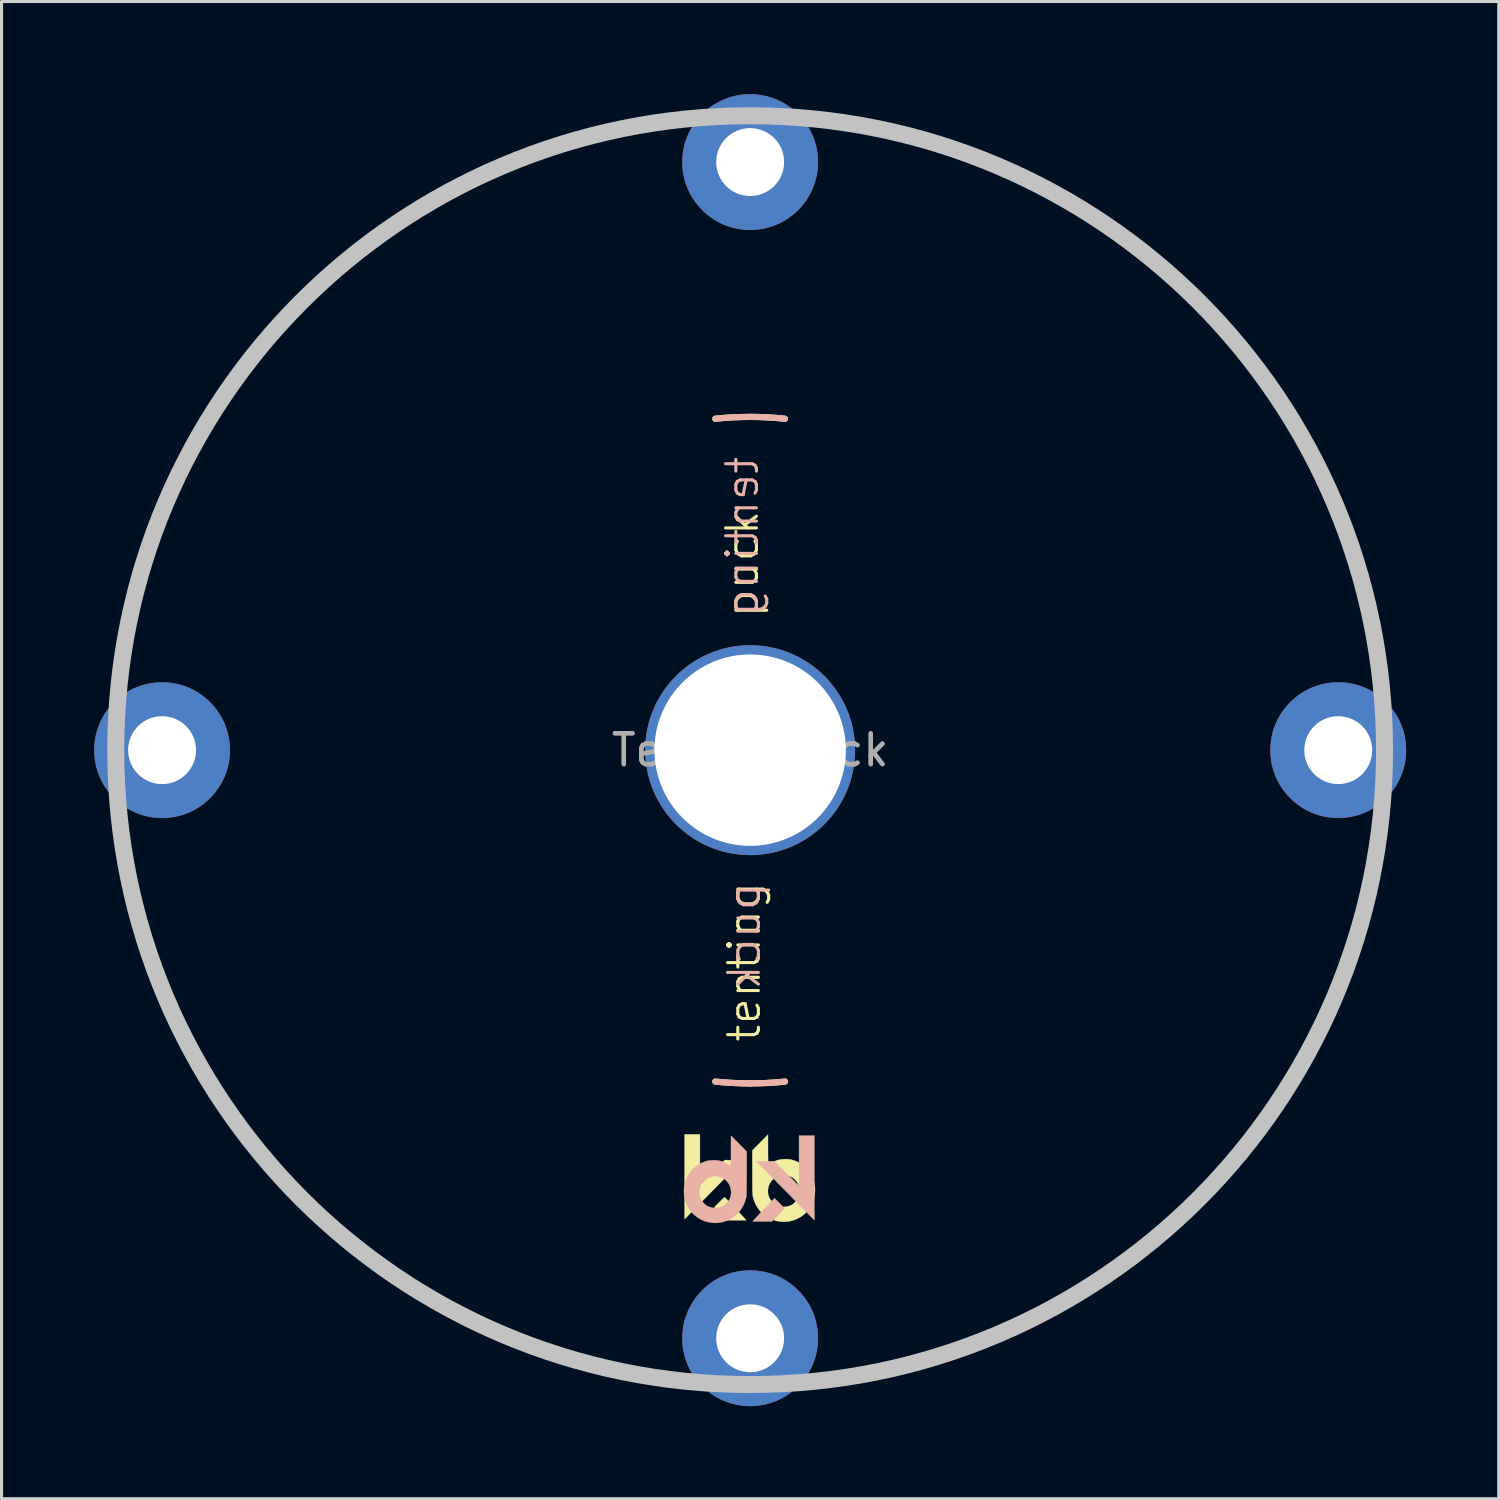
<source format=kicad_pcb>
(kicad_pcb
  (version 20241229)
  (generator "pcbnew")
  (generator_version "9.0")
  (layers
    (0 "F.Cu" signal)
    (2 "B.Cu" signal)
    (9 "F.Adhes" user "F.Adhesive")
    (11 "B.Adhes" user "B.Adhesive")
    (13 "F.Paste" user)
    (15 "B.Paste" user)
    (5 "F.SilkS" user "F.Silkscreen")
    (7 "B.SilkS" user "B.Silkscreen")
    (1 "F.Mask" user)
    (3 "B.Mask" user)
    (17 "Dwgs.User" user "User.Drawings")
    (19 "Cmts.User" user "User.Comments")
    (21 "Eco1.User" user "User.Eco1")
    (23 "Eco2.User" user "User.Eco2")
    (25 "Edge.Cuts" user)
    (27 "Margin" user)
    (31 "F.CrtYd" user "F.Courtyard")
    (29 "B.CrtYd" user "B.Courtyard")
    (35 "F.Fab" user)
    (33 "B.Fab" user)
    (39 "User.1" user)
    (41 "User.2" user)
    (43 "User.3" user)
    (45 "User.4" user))
  (footprint "TentingPuck"
    (layer "F.Cu")
    (at 21.25 21.25)
    (property "Reference" "TentingPuck" (at 0 0 0) (layer "F.Fab") (effects (font (size 1 1) (thickness 0.15))))
    (attr exclude_from_pos_files exclude_from_bom)
    (fp_arc (start -20.32 -2.8575) (mid -19.91151 -4.959786) (end -19.286134 -7.008048) (stroke (width 0.2) (type solid)) (layer "F.SilkS"))
    (fp_arc (start -19.286134 7.008047) (mid -19.91151 4.959786) (end -20.32 2.8575) (stroke (width 0.2) (type solid)) (layer "F.SilkS"))
    (fp_arc (start -7.008048 -19.286134) (mid -4.959786 -19.91151) (end -2.8575 -20.32) (stroke (width 0.2) (type solid)) (layer "F.SilkS"))
    (fp_arc (start -2.8575 20.32) (mid -4.959785 19.91151) (end -7.008046 19.286135) (stroke (width 0.2) (type solid)) (layer "F.SilkS"))
    (fp_arc (start -1.128385 -10.735864) (mid -0.564967 -10.780206) (end 0 -10.795) (stroke (width 0.2) (type solid)) (layer "F.SilkS"))
    (fp_arc (start 0 -10.795) (mid 0.564967 -10.780206) (end 1.128385 -10.735864) (stroke (width 0.2) (type solid)) (layer "F.SilkS"))
    (fp_arc (start 0 10.795) (mid -0.564967 10.780206) (end -1.128385 10.735864) (stroke (width 0.2) (type solid)) (layer "F.SilkS"))
    (fp_arc (start 1.128385 10.735864) (mid 0.564967 10.780206) (end 0 10.795) (stroke (width 0.2) (type solid)) (layer "F.SilkS"))
    (fp_arc (start 2.8575 -20.32) (mid 4.959786 -19.91151) (end 7.008047 -19.286134) (stroke (width 0.2) (type solid)) (layer "F.SilkS"))
    (fp_arc (start 7.008047 19.286134) (mid 4.959786 19.91151) (end 2.8575 20.32) (stroke (width 0.2) (type solid)) (layer "F.SilkS"))
    (fp_arc (start 19.286135 -7.008045) (mid 19.91151 -4.959785) (end 20.32 -2.8575) (stroke (width 0.2) (type solid)) (layer "F.SilkS"))
    (fp_arc (start 20.32 2.8575) (mid 19.91151 4.959785) (end 19.286135 7.008046) (stroke (width 0.2) (type solid)) (layer "F.SilkS"))
    (fp_poly (pts (xy -1.627 14.082) (xy -0.824 13.279) (xy -0.535 13.282) (xy -0.247 13.285) (xy -1.094 14.145) (xy -1.212 14.265) (xy -1.327 14.382) (xy -1.437 14.494) (xy -1.542 14.6) (xy -1.64 14.7) (xy -1.731 14.791) (xy -1.811 14.874) (xy -1.882 14.945) (xy -1.941 15.005) (xy -1.987 15.052) (xy -2.019 15.084) (xy -2.032 15.098) (xy -2.123 15.19) (xy -2.123 12.448) (xy -1.627 12.448) (xy -1.627 14.082)) (stroke (width 0.01) (type solid)) (fill yes) (layer "F.SilkS"))
    (fp_poly (pts (xy -0.82 14.488) (xy -0.797 14.511) (xy -0.763 14.547) (xy -0.719 14.593) (xy -0.666 14.647) (xy -0.609 14.708) (xy -0.547 14.773) (xy -0.483 14.841) (xy -0.42 14.908) (xy -0.359 14.973) (xy -0.302 15.034) (xy -0.251 15.089) (xy -0.208 15.135) (xy -0.175 15.171) (xy -0.154 15.194) (xy -0.152 15.197) (xy -0.124 15.231) (xy -0.744 15.231) (xy -0.917 15.055) (xy -0.971 15) (xy -1.021 14.948) (xy -1.065 14.903) (xy -1.099 14.868) (xy -1.121 14.844) (xy -1.124 14.841) (xy -1.158 14.803) (xy -0.997 14.642) (xy -0.948 14.592) (xy -0.903 14.549) (xy -0.867 14.514) (xy -0.842 14.491) (xy -0.829 14.48) (xy -0.829 14.48) (xy -0.82 14.488)) (stroke (width 0.01) (type solid)) (fill yes) (layer "F.SilkS"))
    (fp_poly (pts (xy 0.578 12.948) (xy 0.578 13.052) (xy 0.579 13.149) (xy 0.58 13.236) (xy 0.581 13.31) (xy 0.582 13.37) (xy 0.583 13.413) (xy 0.585 13.437) (xy 0.586 13.441) (xy 0.598 13.435) (xy 0.623 13.419) (xy 0.647 13.401) (xy 0.762 13.331) (xy 0.884 13.282) (xy 1.014 13.254) (xy 1.153 13.247) (xy 1.171 13.248) (xy 1.261 13.255) (xy 1.337 13.267) (xy 1.409 13.286) (xy 1.484 13.315) (xy 1.554 13.348) (xy 1.682 13.423) (xy 1.795 13.515) (xy 1.892 13.622) (xy 1.972 13.743) (xy 2.033 13.874) (xy 2.076 14.016) (xy 2.099 14.167) (xy 2.102 14.256) (xy 2.092 14.409) (xy 2.061 14.553) (xy 2.008 14.693) (xy 1.95 14.8) (xy 1.865 14.92) (xy 1.763 15.025) (xy 1.648 15.113) (xy 1.521 15.184) (xy 1.385 15.236) (xy 1.241 15.268) (xy 1.093 15.279) (xy 0.993 15.275) (xy 0.848 15.25) (xy 0.707 15.204) (xy 0.574 15.138) (xy 0.452 15.054) (xy 0.343 14.954) (xy 0.335 14.944) (xy 0.254 14.84) (xy 0.184 14.722) (xy 0.129 14.596) (xy 0.092 14.469) (xy 0.083 14.423) (xy 0.08 14.394) (xy 0.078 14.344) (xy 0.076 14.294) (xy 0.573 14.294) (xy 0.583 14.391) (xy 0.614 14.485) (xy 0.642 14.539) (xy 0.709 14.628) (xy 0.789 14.699) (xy 0.878 14.751) (xy 0.975 14.784) (xy 1.076 14.797) (xy 1.18 14.789) (xy 1.253 14.769) (xy 1.296 14.753) (xy 1.337 14.736) (xy 1.353 14.728) (xy 1.398 14.697) (xy 1.448 14.651) (xy 1.496 14.595) (xy 1.537 14.537) (xy 1.559 14.498) (xy 1.579 14.454) (xy 1.591 14.415) (xy 1.599 14.373) (xy 1.603 14.318) (xy 1.603 14.313) (xy 1.6 14.205) (xy 1.577 14.107) (xy 1.534 14.014) (xy 1.516 13.985) (xy 1.451 13.908) (xy 1.372 13.845) (xy 1.283 13.8) (xy 1.186 13.772) (xy 1.085 13.763) (xy 0.984 13.773) (xy 0.885 13.803) (xy 0.871 13.81) (xy 0.783 13.863) (xy 0.709 13.931) (xy 0.65 14.011) (xy 0.607 14.101) (xy 0.581 14.196) (xy 0.573 14.294) (xy 0.076 14.294) (xy 0.076 14.274) (xy 0.074 14.185) (xy 0.072 14.078) (xy 0.071 13.955) (xy 0.071 13.818) (xy 0.071 13.668) (xy 0.071 13.656) (xy 0.07 12.964) (xy 0.578 12.454) (xy 0.578 12.948)) (stroke (width 0.01) (type solid)) (fill yes) (layer "F.SilkS"))
    (fp_arc (start -20.32 -2.8575) (mid -19.91151 -4.959784) (end -19.286136 -7.008044) (stroke (width 0.2) (type solid)) (layer "B.SilkS"))
    (fp_arc (start -19.286135 7.008046) (mid -19.91151 4.959785) (end -20.32 2.8575) (stroke (width 0.2) (type solid)) (layer "B.SilkS"))
    (fp_arc (start -7.008046 -19.286135) (mid -4.959785 -19.91151) (end -2.8575 -20.32) (stroke (width 0.2) (type solid)) (layer "B.SilkS"))
    (fp_arc (start -2.8575 20.32) (mid -4.959785 19.91151) (end -7.008045 19.286135) (stroke (width 0.2) (type solid)) (layer "B.SilkS"))
    (fp_arc (start -1.128385 -10.735864) (mid -0.564967 -10.780206) (end 0 -10.795) (stroke (width 0.2) (type solid)) (layer "B.SilkS"))
    (fp_arc (start 0 -10.795) (mid 0.564967 -10.780206) (end 1.128385 -10.735864) (stroke (width 0.2) (type solid)) (layer "B.SilkS"))
    (fp_arc (start 0 10.795) (mid -0.564967 10.780206) (end -1.128385 10.735864) (stroke (width 0.2) (type solid)) (layer "B.SilkS"))
    (fp_arc (start 1.128385 10.735864) (mid 0.564967 10.780206) (end 0 10.795) (stroke (width 0.2) (type solid)) (layer "B.SilkS"))
    (fp_arc (start 2.8575 -20.32) (mid 4.959787 -19.91151) (end 7.008049 -19.286134) (stroke (width 0.2) (type solid)) (layer "B.SilkS"))
    (fp_arc (start 7.008045 19.286135) (mid 4.959785 19.91151) (end 2.8575 20.32) (stroke (width 0.2) (type solid)) (layer "B.SilkS"))
    (fp_arc (start 19.286134 -7.008048) (mid 19.91151 -4.959786) (end 20.32 -2.8575) (stroke (width 0.2) (type solid)) (layer "B.SilkS"))
    (fp_arc (start 20.32 2.8575) (mid 19.91151 4.959786) (end 19.286134 7.008048) (stroke (width 0.2) (type solid)) (layer "B.SilkS"))
    (fp_poly (pts (xy 1.584 14.118) (xy 0.782 13.315) (xy 0.493 13.318) (xy 0.205 13.322) (xy 1.052 14.182) (xy 1.17 14.301) (xy 1.285 14.418) (xy 1.395 14.53) (xy 1.5 14.637) (xy 1.598 14.736) (xy 1.688 14.828) (xy 1.769 14.91) (xy 1.84 14.981) (xy 1.899 15.041) (xy 1.944 15.088) (xy 1.976 15.12) (xy 1.99 15.134) (xy 2.081 15.226) (xy 2.081 12.484) (xy 1.584 12.484) (xy 1.584 14.118)) (stroke (width 0.01) (type solid)) (fill yes) (layer "B.SilkS"))
    (fp_poly (pts (xy 0.778 14.525) (xy 0.755 14.547) (xy 0.721 14.583) (xy 0.676 14.629) (xy 0.624 14.684) (xy 0.566 14.745) (xy 0.505 14.81) (xy 0.441 14.877) (xy 0.378 14.944) (xy 0.316 15.009) (xy 0.259 15.07) (xy 0.208 15.125) (xy 0.166 15.172) (xy 0.133 15.207) (xy 0.112 15.231) (xy 0.11 15.233) (xy 0.082 15.267) (xy 0.702 15.267) (xy 0.875 15.091) (xy 0.929 15.036) (xy 0.979 14.985) (xy 1.023 14.939) (xy 1.057 14.904) (xy 1.079 14.88) (xy 1.082 14.877) (xy 1.116 14.839) (xy 0.955 14.678) (xy 0.905 14.628) (xy 0.861 14.585) (xy 0.825 14.55) (xy 0.799 14.527) (xy 0.787 14.517) (xy 0.787 14.516) (xy 0.778 14.525)) (stroke (width 0.01) (type solid)) (fill yes) (layer "B.SilkS"))
    (fp_poly (pts (xy -0.621 12.984) (xy -0.621 13.088) (xy -0.621 13.185) (xy -0.622 13.272) (xy -0.623 13.346) (xy -0.624 13.406) (xy -0.625 13.45) (xy -0.627 13.473) (xy -0.628 13.477) (xy -0.64 13.471) (xy -0.665 13.455) (xy -0.689 13.438) (xy -0.804 13.367) (xy -0.926 13.318) (xy -1.057 13.29) (xy -1.196 13.284) (xy -1.214 13.284) (xy -1.303 13.291) (xy -1.38 13.303) (xy -1.451 13.322) (xy -1.526 13.351) (xy -1.596 13.384) (xy -1.724 13.459) (xy -1.837 13.551) (xy -1.934 13.658) (xy -2.014 13.779) (xy -2.076 13.911) (xy -2.118 14.053) (xy -2.141 14.203) (xy -2.145 14.293) (xy -2.134 14.445) (xy -2.103 14.59) (xy -2.05 14.729) (xy -1.993 14.836) (xy -1.907 14.956) (xy -1.805 15.061) (xy -1.69 15.149) (xy -1.563 15.22) (xy -1.427 15.272) (xy -1.283 15.304) (xy -1.135 15.316) (xy -1.035 15.311) (xy -0.89 15.286) (xy -0.75 15.24) (xy -0.616 15.174) (xy -0.494 15.09) (xy -0.386 14.99) (xy -0.377 14.981) (xy -0.296 14.876) (xy -0.226 14.758) (xy -0.171 14.632) (xy -0.134 14.505) (xy -0.125 14.459) (xy -0.122 14.43) (xy -0.12 14.38) (xy -0.118 14.33) (xy -0.615 14.33) (xy -0.625 14.428) (xy -0.656 14.522) (xy -0.684 14.576) (xy -0.751 14.664) (xy -0.831 14.735) (xy -0.92 14.787) (xy -1.017 14.82) (xy -1.119 14.833) (xy -1.222 14.825) (xy -1.295 14.805) (xy -1.338 14.789) (xy -1.379 14.772) (xy -1.395 14.764) (xy -1.441 14.733) (xy -1.49 14.687) (xy -1.538 14.632) (xy -1.579 14.573) (xy -1.601 14.534) (xy -1.621 14.49) (xy -1.634 14.452) (xy -1.641 14.409) (xy -1.645 14.354) (xy -1.646 14.349) (xy -1.642 14.241) (xy -1.619 14.144) (xy -1.576 14.05) (xy -1.558 14.022) (xy -1.493 13.944) (xy -1.415 13.882) (xy -1.325 13.836) (xy -1.228 13.808) (xy -1.127 13.799) (xy -1.026 13.809) (xy -0.927 13.84) (xy -0.913 13.846) (xy -0.825 13.899) (xy -0.751 13.967) (xy -0.692 14.047) (xy -0.649 14.137) (xy -0.623 14.232) (xy -0.615 14.33) (xy -0.118 14.33) (xy -0.118 14.31) (xy -0.116 14.221) (xy -0.115 14.114) (xy -0.114 13.991) (xy -0.113 13.854) (xy -0.113 13.704) (xy -0.113 13.692) (xy -0.113 13) (xy -0.62 12.49) (xy -0.621 12.984)) (stroke (width 0.01) (type solid)) (fill yes) (layer "B.SilkS"))
    (fp_circle (center 0 0) (end 20.55 0) (stroke (width 0.55) (type solid)) (fill no) (layer "Dwgs.User"))
    (fp_text user "puck" (at -0.254 -6.032 90) (layer "F.SilkS") (effects (font (size 1 1) (thickness 0.1))))
    (fp_text user "tenting" (at -0.191 6.858 90) (layer "F.SilkS") (effects (font (size 1 1) (thickness 0.1))))
    (fp_text user "puck" (at -0.191 6.032 90) (unlocked yes) (layer "B.SilkS") (effects (font (size 1 1) (thickness 0.1)) (justify mirror)))
    (fp_text user "tenting" (at -0.254 -6.921 90) (layer "B.SilkS") (effects (font (size 1 1) (thickness 0.1)) (justify mirror)))
    (pad "" thru_hole circle (at 0 0) (size 6.8 6.8) (drill 6.2) (layers "*.Cu" "*.Mask"))
    (pad "1" thru_hole circle (at -19.05 0) (size 4.4 4.4) (drill 2.2) (layers "*.Cu" "*.Mask"))
    (pad "1" thru_hole circle (at 0 -19.05) (size 4.4 4.4) (drill 2.2) (layers "*.Cu" "*.Mask"))
    (pad "1" thru_hole circle (at 0 19.05) (size 4.4 4.4) (drill 2.2) (layers "*.Cu" "*.Mask"))
    (pad "1" thru_hole circle (at 19.05 0) (size 4.4 4.4) (drill 2.2) (layers "*.Cu" "*.Mask")))
  (gr_rect
    (start -3 -3)
    (end 45.5 45.5)
    (stroke (width 0.1) (type default))
    (fill no)
    (layer "Edge.Cuts")))
</source>
